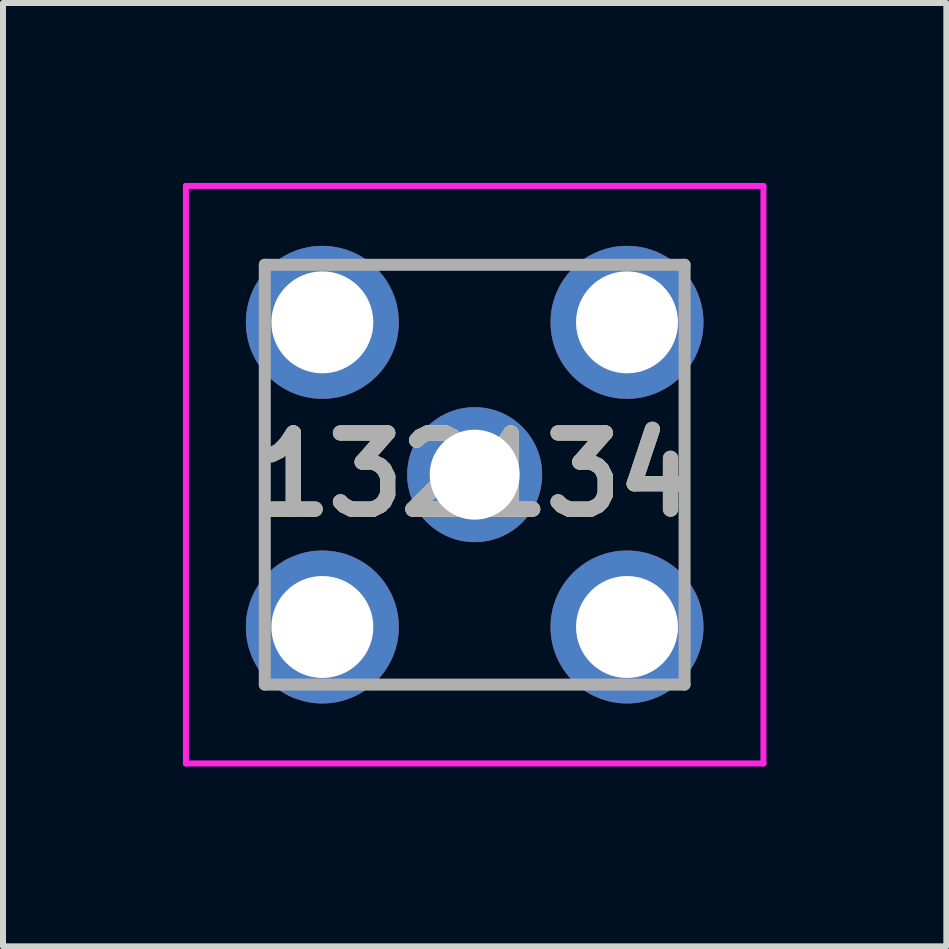
<source format=kicad_pcb>
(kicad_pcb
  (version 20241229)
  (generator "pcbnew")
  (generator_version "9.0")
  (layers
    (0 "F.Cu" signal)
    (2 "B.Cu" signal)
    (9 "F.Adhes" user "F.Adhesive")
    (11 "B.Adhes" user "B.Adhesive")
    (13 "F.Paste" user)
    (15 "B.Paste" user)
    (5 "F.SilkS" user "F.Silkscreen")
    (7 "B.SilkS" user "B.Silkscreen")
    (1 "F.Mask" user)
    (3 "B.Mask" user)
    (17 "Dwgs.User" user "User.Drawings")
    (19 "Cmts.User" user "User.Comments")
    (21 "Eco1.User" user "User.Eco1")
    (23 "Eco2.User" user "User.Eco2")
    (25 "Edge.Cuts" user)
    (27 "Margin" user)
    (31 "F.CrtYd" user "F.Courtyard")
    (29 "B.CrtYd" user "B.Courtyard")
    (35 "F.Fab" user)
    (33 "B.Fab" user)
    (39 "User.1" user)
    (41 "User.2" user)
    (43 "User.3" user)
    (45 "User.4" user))
  (footprint "132134"
    (layer "F.Cu")
    (at 4.865 4.865)
    (property "Reference" "132134" (at 0 0 0) (layer "F.SilkS") (effects (font (size 1.27 1.27) (thickness 0.254))))
    (attr through_hole)
    (fp_line (start -3.5 -1) (end -3.5 -1) (stroke (width 0.1) (type solid)) (layer "F.SilkS"))
    (fp_line (start -3.5 -1) (end -3.5 1) (stroke (width 0.1) (type solid)) (layer "F.SilkS"))
    (fp_line (start -3.5 1) (end -3.5 -1) (stroke (width 0.1) (type solid)) (layer "F.SilkS"))
    (fp_line (start -3.5 1) (end -3.5 1) (stroke (width 0.1) (type solid)) (layer "F.SilkS"))
    (fp_line (start -1 -3.5) (end -1 -3.5) (stroke (width 0.1) (type solid)) (layer "F.SilkS"))
    (fp_line (start -1 -3.5) (end 1 -3.5) (stroke (width 0.1) (type solid)) (layer "F.SilkS"))
    (fp_line (start -1 3.5) (end -1 3.5) (stroke (width 0.1) (type solid)) (layer "F.SilkS"))
    (fp_line (start -1 3.5) (end 1 3.5) (stroke (width 0.1) (type solid)) (layer "F.SilkS"))
    (fp_line (start 1 -3.5) (end -1 -3.5) (stroke (width 0.1) (type solid)) (layer "F.SilkS"))
    (fp_line (start 1 -3.5) (end 1 -3.5) (stroke (width 0.1) (type solid)) (layer "F.SilkS"))
    (fp_line (start 1 3.5) (end -1 3.5) (stroke (width 0.1) (type solid)) (layer "F.SilkS"))
    (fp_line (start 1 3.5) (end 1 3.5) (stroke (width 0.1) (type solid)) (layer "F.SilkS"))
    (fp_line (start 3.5 -1) (end 3.5 -1) (stroke (width 0.1) (type solid)) (layer "F.SilkS"))
    (fp_line (start 3.5 -1) (end 3.5 1) (stroke (width 0.1) (type solid)) (layer "F.SilkS"))
    (fp_line (start 3.5 1) (end 3.5 -1) (stroke (width 0.1) (type solid)) (layer "F.SilkS"))
    (fp_line (start 3.5 1) (end 3.5 1) (stroke (width 0.1) (type solid)) (layer "F.SilkS"))
    (fp_line (start -4.815 -4.815) (end 4.815 -4.815) (stroke (width 0.1) (type solid)) (layer "F.CrtYd"))
    (fp_line (start -4.815 4.815) (end -4.815 -4.815) (stroke (width 0.1) (type solid)) (layer "F.CrtYd"))
    (fp_line (start 4.815 -4.815) (end 4.815 4.815) (stroke (width 0.1) (type solid)) (layer "F.CrtYd"))
    (fp_line (start 4.815 4.815) (end -4.815 4.815) (stroke (width 0.1) (type solid)) (layer "F.CrtYd"))
    (fp_line (start -3.5 -3.5) (end -3.5 3.5) (stroke (width 0.2) (type solid)) (layer "F.Fab"))
    (fp_line (start -3.5 3.5) (end 3.5 3.5) (stroke (width 0.2) (type solid)) (layer "F.Fab"))
    (fp_line (start 3.5 -3.5) (end -3.5 -3.5) (stroke (width 0.2) (type solid)) (layer "F.Fab"))
    (fp_line (start 3.5 3.5) (end 3.5 -3.5) (stroke (width 0.2) (type solid)) (layer "F.Fab"))
    (fp_text user "${REFERENCE}" (at 0 0 0) (layer "F.Fab") (effects (font (size 1.27 1.27) (thickness 0.254))))
    (pad "1" thru_hole circle (at 0 0) (size 2.25 2.25) (drill 1.5) (layers "*.Cu" "*.Mask"))
    (pad "2" thru_hole circle (at 2.54 -2.54) (size 2.55 2.55) (drill 1.7) (layers "*.Cu" "*.Mask"))
    (pad "3" thru_hole circle (at 2.54 2.54) (size 2.55 2.55) (drill 1.7) (layers "*.Cu" "*.Mask"))
    (pad "4" thru_hole circle (at -2.54 2.54) (size 2.55 2.55) (drill 1.7) (layers "*.Cu" "*.Mask"))
    (pad "5" thru_hole circle (at -2.54 -2.54) (size 2.55 2.55) (drill 1.7) (layers "*.Cu" "*.Mask")))
  (gr_rect
    (start -3 -3)
    (end 12.73 12.73)
    (stroke (width 0.1) (type default))
    (fill no)
    (layer "Edge.Cuts")))
</source>
